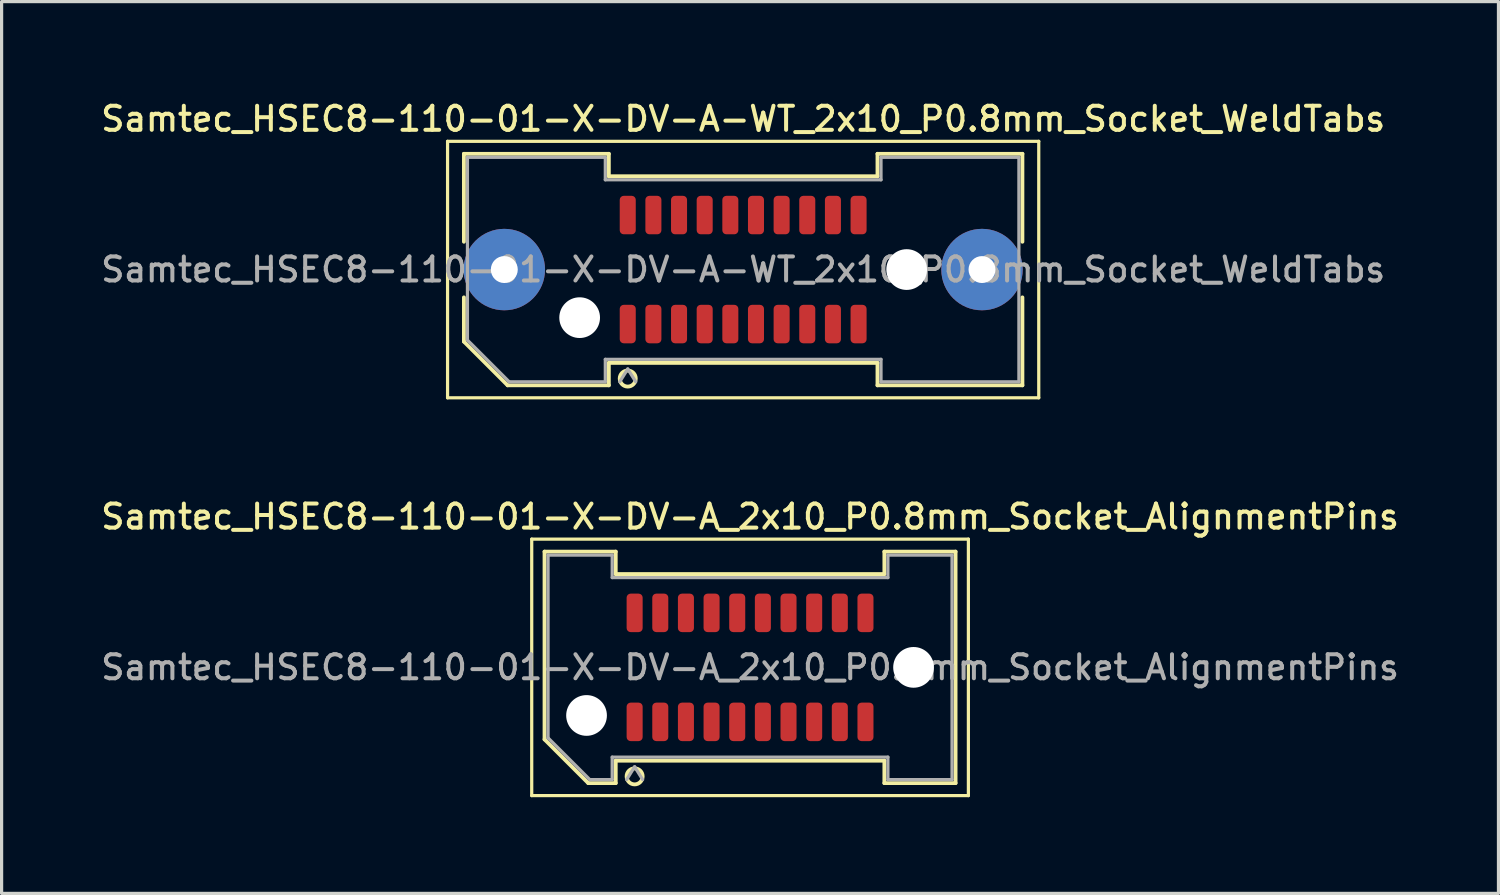
<source format=kicad_pcb>
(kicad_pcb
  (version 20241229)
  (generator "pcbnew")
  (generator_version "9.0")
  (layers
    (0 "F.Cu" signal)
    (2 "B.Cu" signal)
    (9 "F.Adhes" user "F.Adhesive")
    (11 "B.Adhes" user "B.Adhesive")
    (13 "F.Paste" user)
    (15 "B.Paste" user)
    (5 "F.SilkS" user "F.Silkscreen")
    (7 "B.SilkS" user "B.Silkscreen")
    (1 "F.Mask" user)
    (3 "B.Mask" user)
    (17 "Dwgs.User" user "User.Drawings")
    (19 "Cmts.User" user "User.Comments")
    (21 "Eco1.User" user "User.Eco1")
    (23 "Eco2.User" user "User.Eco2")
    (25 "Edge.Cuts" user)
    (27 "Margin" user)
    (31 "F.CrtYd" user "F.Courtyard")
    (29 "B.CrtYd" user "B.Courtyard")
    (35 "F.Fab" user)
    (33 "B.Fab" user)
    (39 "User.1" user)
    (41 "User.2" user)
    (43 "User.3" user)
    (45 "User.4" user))
  (footprint "Samtec_HSEC8-110-01-X-DV-A_2x10_P0.8mm_Socket_AlignmentPins"
    (layer "F.Cu")
    (at 20.345 17.766)
    (property "Reference" "Samtec_HSEC8-110-01-X-DV-A_2x10_P0.8mm_Socket_AlignmentPins" (at 0 -4.7 0) (layer "F.SilkS") (effects (font (size 0.75 0.75) (thickness 0.125))))
    (attr smd)
    (fp_line (start -6.81 -4) (end -6.81 4) (stroke (width 0.1) (type solid)) (layer "F.SilkS"))
    (fp_line (start -6.81 4) (end 6.81 4) (stroke (width 0.1) (type solid)) (layer "F.SilkS"))
    (fp_line (start -6.41 -3.61) (end -4.19 -3.61) (stroke (width 0.12) (type solid)) (layer "F.SilkS"))
    (fp_line (start -6.41 2.246) (end -6.41 -3.61) (stroke (width 0.12) (type solid)) (layer "F.SilkS"))
    (fp_line (start -5.046 3.61) (end -6.41 2.246) (stroke (width 0.12) (type solid)) (layer "F.SilkS"))
    (fp_line (start -4.19 -3.61) (end -4.19 -2.91) (stroke (width 0.12) (type solid)) (layer "F.SilkS"))
    (fp_line (start -4.19 -2.91) (end 4.19 -2.91) (stroke (width 0.12) (type solid)) (layer "F.SilkS"))
    (fp_line (start -4.19 2.91) (end -4.19 3.61) (stroke (width 0.12) (type solid)) (layer "F.SilkS"))
    (fp_line (start -4.19 3.61) (end -5.046 3.61) (stroke (width 0.12) (type solid)) (layer "F.SilkS"))
    (fp_line (start 4.19 -3.61) (end 6.41 -3.61) (stroke (width 0.12) (type solid)) (layer "F.SilkS"))
    (fp_line (start 4.19 -2.91) (end 4.19 -3.61) (stroke (width 0.12) (type solid)) (layer "F.SilkS"))
    (fp_line (start 4.19 2.91) (end -4.19 2.91) (stroke (width 0.12) (type solid)) (layer "F.SilkS"))
    (fp_line (start 4.19 3.61) (end 4.19 2.91) (stroke (width 0.12) (type solid)) (layer "F.SilkS"))
    (fp_line (start 6.41 -3.61) (end 6.41 3.61) (stroke (width 0.12) (type solid)) (layer "F.SilkS"))
    (fp_line (start 6.41 3.61) (end 4.19 3.61) (stroke (width 0.12) (type solid)) (layer "F.SilkS"))
    (fp_line (start 6.81 -4) (end -6.81 -4) (stroke (width 0.1) (type solid)) (layer "F.SilkS"))
    (fp_line (start 6.81 4) (end 6.81 -4) (stroke (width 0.1) (type solid)) (layer "F.SilkS"))
    (fp_arc (start -3.35 3.4) (mid -3.85 3.4) (end -3.35 3.4) (stroke (width 0.12) (type solid)) (layer "F.SilkS"))
    (fp_line (start -6.3 -3.5) (end -4.3 -3.5) (stroke (width 0.1) (type solid)) (layer "F.Fab"))
    (fp_line (start -6.3 2.2) (end -6.3 -3.5) (stroke (width 0.1) (type solid)) (layer "F.Fab"))
    (fp_line (start -5 3.5) (end -6.3 2.2) (stroke (width 0.1) (type solid)) (layer "F.Fab"))
    (fp_line (start -4.3 -3.5) (end -4.3 -2.8) (stroke (width 0.1) (type solid)) (layer "F.Fab"))
    (fp_line (start -4.3 -2.8) (end 4.3 -2.8) (stroke (width 0.1) (type solid)) (layer "F.Fab"))
    (fp_line (start -4.3 2.8) (end -4.3 3.5) (stroke (width 0.1) (type solid)) (layer "F.Fab"))
    (fp_line (start -4.3 3.5) (end -5 3.5) (stroke (width 0.1) (type solid)) (layer "F.Fab"))
    (fp_line (start -3.6 3.1) (end -3.85 3.5) (stroke (width 0.1) (type solid)) (layer "F.Fab"))
    (fp_line (start -3.6 3.1) (end -3.35 3.5) (stroke (width 0.1) (type solid)) (layer "F.Fab"))
    (fp_line (start 4.3 -3.5) (end 6.3 -3.5) (stroke (width 0.1) (type solid)) (layer "F.Fab"))
    (fp_line (start 4.3 -2.8) (end 4.3 -3.5) (stroke (width 0.1) (type solid)) (layer "F.Fab"))
    (fp_line (start 4.3 2.8) (end -4.3 2.8) (stroke (width 0.1) (type solid)) (layer "F.Fab"))
    (fp_line (start 4.3 3.5) (end 4.3 2.8) (stroke (width 0.1) (type solid)) (layer "F.Fab"))
    (fp_line (start 6.3 -3.5) (end 6.3 3.5) (stroke (width 0.1) (type solid)) (layer "F.Fab"))
    (fp_line (start 6.3 3.5) (end 4.3 3.5) (stroke (width 0.1) (type solid)) (layer "F.Fab"))
    (fp_text user "${REFERENCE}" (at 0 0 0) (layer "F.Fab") (effects (font (size 0.75 0.75) (thickness 0.125))))
    (pad "" np_thru_hole circle (at -5.1 1.5) (size 1.27 1.27) (drill 1.27) (layers "*.Cu" "*.Mask"))
    (pad "" np_thru_hole circle (at 5.1 0) (size 1.27 1.27) (drill 1.27) (layers "*.Cu" "*.Mask"))
    (pad "1" smd roundrect (at -3.6 1.7) (size 0.5 1.2) (layers "F.Cu" "F.Mask" "F.Paste") (roundrect_rratio 0.25))
    (pad "2" smd roundrect (at -3.6 -1.7) (size 0.5 1.2) (layers "F.Cu" "F.Mask" "F.Paste") (roundrect_rratio 0.25))
    (pad "3" smd roundrect (at -2.8 1.7) (size 0.5 1.2) (layers "F.Cu" "F.Mask" "F.Paste") (roundrect_rratio 0.25))
    (pad "4" smd roundrect (at -2.8 -1.7) (size 0.5 1.2) (layers "F.Cu" "F.Mask" "F.Paste") (roundrect_rratio 0.25))
    (pad "5" smd roundrect (at -2 1.7) (size 0.5 1.2) (layers "F.Cu" "F.Mask" "F.Paste") (roundrect_rratio 0.25))
    (pad "6" smd roundrect (at -2 -1.7) (size 0.5 1.2) (layers "F.Cu" "F.Mask" "F.Paste") (roundrect_rratio 0.25))
    (pad "7" smd roundrect (at -1.2 1.7) (size 0.5 1.2) (layers "F.Cu" "F.Mask" "F.Paste") (roundrect_rratio 0.25))
    (pad "8" smd roundrect (at -1.2 -1.7) (size 0.5 1.2) (layers "F.Cu" "F.Mask" "F.Paste") (roundrect_rratio 0.25))
    (pad "9" smd roundrect (at -0.4 1.7) (size 0.5 1.2) (layers "F.Cu" "F.Mask" "F.Paste") (roundrect_rratio 0.25))
    (pad "10" smd roundrect (at -0.4 -1.7) (size 0.5 1.2) (layers "F.Cu" "F.Mask" "F.Paste") (roundrect_rratio 0.25))
    (pad "11" smd roundrect (at 0.4 1.7) (size 0.5 1.2) (layers "F.Cu" "F.Mask" "F.Paste") (roundrect_rratio 0.25))
    (pad "12" smd roundrect (at 0.4 -1.7) (size 0.5 1.2) (layers "F.Cu" "F.Mask" "F.Paste") (roundrect_rratio 0.25))
    (pad "13" smd roundrect (at 1.2 1.7) (size 0.5 1.2) (layers "F.Cu" "F.Mask" "F.Paste") (roundrect_rratio 0.25))
    (pad "14" smd roundrect (at 1.2 -1.7) (size 0.5 1.2) (layers "F.Cu" "F.Mask" "F.Paste") (roundrect_rratio 0.25))
    (pad "15" smd roundrect (at 2 1.7) (size 0.5 1.2) (layers "F.Cu" "F.Mask" "F.Paste") (roundrect_rratio 0.25))
    (pad "16" smd roundrect (at 2 -1.7) (size 0.5 1.2) (layers "F.Cu" "F.Mask" "F.Paste") (roundrect_rratio 0.25))
    (pad "17" smd roundrect (at 2.8 1.7) (size 0.5 1.2) (layers "F.Cu" "F.Mask" "F.Paste") (roundrect_rratio 0.25))
    (pad "18" smd roundrect (at 2.8 -1.7) (size 0.5 1.2) (layers "F.Cu" "F.Mask" "F.Paste") (roundrect_rratio 0.25))
    (pad "19" smd roundrect (at 3.6 1.7) (size 0.5 1.2) (layers "F.Cu" "F.Mask" "F.Paste") (roundrect_rratio 0.25))
    (pad "20" smd roundrect (at 3.6 -1.7) (size 0.5 1.2) (layers "F.Cu" "F.Mask" "F.Paste") (roundrect_rratio 0.25)))
  (footprint "Samtec_HSEC8-110-01-X-DV-A-WT_2x10_P0.8mm_Socket_WeldTabs"
    (layer "F.Cu")
    (at 20.13 5.358)
    (property "Reference" "Samtec_HSEC8-110-01-X-DV-A-WT_2x10_P0.8mm_Socket_WeldTabs" (at 0 -4.7 0) (layer "F.SilkS") (effects (font (size 0.75 0.75) (thickness 0.125))))
    (attr smd)
    (fp_line (start -9.22 -4) (end -9.22 4) (stroke (width 0.1) (type solid)) (layer "F.SilkS"))
    (fp_line (start -9.22 4) (end 9.22 4) (stroke (width 0.1) (type solid)) (layer "F.SilkS"))
    (fp_line (start -8.71 -3.61) (end -4.19 -3.61) (stroke (width 0.12) (type solid)) (layer "F.SilkS"))
    (fp_line (start -8.71 -0.868) (end -8.71 -3.61) (stroke (width 0.12) (type solid)) (layer "F.SilkS"))
    (fp_line (start -8.71 2.246) (end -8.71 0.868) (stroke (width 0.12) (type solid)) (layer "F.SilkS"))
    (fp_line (start -7.346 3.61) (end -8.71 2.246) (stroke (width 0.12) (type solid)) (layer "F.SilkS"))
    (fp_line (start -4.19 -3.61) (end -4.19 -2.91) (stroke (width 0.12) (type solid)) (layer "F.SilkS"))
    (fp_line (start -4.19 -2.91) (end 4.19 -2.91) (stroke (width 0.12) (type solid)) (layer "F.SilkS"))
    (fp_line (start -4.19 2.91) (end -4.19 3.61) (stroke (width 0.12) (type solid)) (layer "F.SilkS"))
    (fp_line (start -4.19 3.61) (end -7.346 3.61) (stroke (width 0.12) (type solid)) (layer "F.SilkS"))
    (fp_line (start 4.19 -3.61) (end 8.71 -3.61) (stroke (width 0.12) (type solid)) (layer "F.SilkS"))
    (fp_line (start 4.19 -2.91) (end 4.19 -3.61) (stroke (width 0.12) (type solid)) (layer "F.SilkS"))
    (fp_line (start 4.19 2.91) (end -4.19 2.91) (stroke (width 0.12) (type solid)) (layer "F.SilkS"))
    (fp_line (start 4.19 3.61) (end 4.19 2.91) (stroke (width 0.12) (type solid)) (layer "F.SilkS"))
    (fp_line (start 8.71 -3.61) (end 8.71 -0.868) (stroke (width 0.12) (type solid)) (layer "F.SilkS"))
    (fp_line (start 8.71 0.868) (end 8.71 3.61) (stroke (width 0.12) (type solid)) (layer "F.SilkS"))
    (fp_line (start 8.71 3.61) (end 4.19 3.61) (stroke (width 0.12) (type solid)) (layer "F.SilkS"))
    (fp_line (start 9.22 -4) (end -9.22 -4) (stroke (width 0.1) (type solid)) (layer "F.SilkS"))
    (fp_line (start 9.22 4) (end 9.22 -4) (stroke (width 0.1) (type solid)) (layer "F.SilkS"))
    (fp_arc (start -3.35 3.4) (mid -3.85 3.4) (end -3.35 3.4) (stroke (width 0.12) (type solid)) (layer "F.SilkS"))
    (fp_line (start -8.6 -3.5) (end -4.3 -3.5) (stroke (width 0.1) (type solid)) (layer "F.Fab"))
    (fp_line (start -8.6 2.2) (end -8.6 -3.5) (stroke (width 0.1) (type solid)) (layer "F.Fab"))
    (fp_line (start -7.3 3.5) (end -8.6 2.2) (stroke (width 0.1) (type solid)) (layer "F.Fab"))
    (fp_line (start -4.3 -3.5) (end -4.3 -2.8) (stroke (width 0.1) (type solid)) (layer "F.Fab"))
    (fp_line (start -4.3 -2.8) (end 4.3 -2.8) (stroke (width 0.1) (type solid)) (layer "F.Fab"))
    (fp_line (start -4.3 2.8) (end -4.3 3.5) (stroke (width 0.1) (type solid)) (layer "F.Fab"))
    (fp_line (start -4.3 3.5) (end -7.3 3.5) (stroke (width 0.1) (type solid)) (layer "F.Fab"))
    (fp_line (start -3.6 3.1) (end -3.85 3.5) (stroke (width 0.1) (type solid)) (layer "F.Fab"))
    (fp_line (start -3.6 3.1) (end -3.35 3.5) (stroke (width 0.1) (type solid)) (layer "F.Fab"))
    (fp_line (start 4.3 -3.5) (end 8.6 -3.5) (stroke (width 0.1) (type solid)) (layer "F.Fab"))
    (fp_line (start 4.3 -2.8) (end 4.3 -3.5) (stroke (width 0.1) (type solid)) (layer "F.Fab"))
    (fp_line (start 4.3 2.8) (end -4.3 2.8) (stroke (width 0.1) (type solid)) (layer "F.Fab"))
    (fp_line (start 4.3 3.5) (end 4.3 2.8) (stroke (width 0.1) (type solid)) (layer "F.Fab"))
    (fp_line (start 8.6 -3.5) (end 8.6 3.5) (stroke (width 0.1) (type solid)) (layer "F.Fab"))
    (fp_line (start 8.6 3.5) (end 4.3 3.5) (stroke (width 0.1) (type solid)) (layer "F.Fab"))
    (fp_text user "${REFERENCE}" (at 0 0 0) (layer "F.Fab") (effects (font (size 0.75 0.75) (thickness 0.125))))
    (pad "" thru_hole circle (at -7.45 0) (size 2.54 2.54) (drill 0.84) (layers "*.Cu" "*.Mask" "F.Paste"))
    (pad "" np_thru_hole circle (at -5.1 1.5) (size 1.27 1.27) (drill 1.27) (layers "*.Cu" "*.Mask"))
    (pad "" np_thru_hole circle (at 5.1 0) (size 1.27 1.27) (drill 1.27) (layers "*.Cu" "*.Mask"))
    (pad "" thru_hole circle (at 7.45 0) (size 2.54 2.54) (drill 0.84) (layers "*.Cu" "*.Mask" "F.Paste"))
    (pad "1" smd roundrect (at -3.6 1.7) (size 0.5 1.2) (layers "F.Cu" "F.Mask" "F.Paste") (roundrect_rratio 0.25))
    (pad "2" smd roundrect (at -3.6 -1.7) (size 0.5 1.2) (layers "F.Cu" "F.Mask" "F.Paste") (roundrect_rratio 0.25))
    (pad "3" smd roundrect (at -2.8 1.7) (size 0.5 1.2) (layers "F.Cu" "F.Mask" "F.Paste") (roundrect_rratio 0.25))
    (pad "4" smd roundrect (at -2.8 -1.7) (size 0.5 1.2) (layers "F.Cu" "F.Mask" "F.Paste") (roundrect_rratio 0.25))
    (pad "5" smd roundrect (at -2 1.7) (size 0.5 1.2) (layers "F.Cu" "F.Mask" "F.Paste") (roundrect_rratio 0.25))
    (pad "6" smd roundrect (at -2 -1.7) (size 0.5 1.2) (layers "F.Cu" "F.Mask" "F.Paste") (roundrect_rratio 0.25))
    (pad "7" smd roundrect (at -1.2 1.7) (size 0.5 1.2) (layers "F.Cu" "F.Mask" "F.Paste") (roundrect_rratio 0.25))
    (pad "8" smd roundrect (at -1.2 -1.7) (size 0.5 1.2) (layers "F.Cu" "F.Mask" "F.Paste") (roundrect_rratio 0.25))
    (pad "9" smd roundrect (at -0.4 1.7) (size 0.5 1.2) (layers "F.Cu" "F.Mask" "F.Paste") (roundrect_rratio 0.25))
    (pad "10" smd roundrect (at -0.4 -1.7) (size 0.5 1.2) (layers "F.Cu" "F.Mask" "F.Paste") (roundrect_rratio 0.25))
    (pad "11" smd roundrect (at 0.4 1.7) (size 0.5 1.2) (layers "F.Cu" "F.Mask" "F.Paste") (roundrect_rratio 0.25))
    (pad "12" smd roundrect (at 0.4 -1.7) (size 0.5 1.2) (layers "F.Cu" "F.Mask" "F.Paste") (roundrect_rratio 0.25))
    (pad "13" smd roundrect (at 1.2 1.7) (size 0.5 1.2) (layers "F.Cu" "F.Mask" "F.Paste") (roundrect_rratio 0.25))
    (pad "14" smd roundrect (at 1.2 -1.7) (size 0.5 1.2) (layers "F.Cu" "F.Mask" "F.Paste") (roundrect_rratio 0.25))
    (pad "15" smd roundrect (at 2 1.7) (size 0.5 1.2) (layers "F.Cu" "F.Mask" "F.Paste") (roundrect_rratio 0.25))
    (pad "16" smd roundrect (at 2 -1.7) (size 0.5 1.2) (layers "F.Cu" "F.Mask" "F.Paste") (roundrect_rratio 0.25))
    (pad "17" smd roundrect (at 2.8 1.7) (size 0.5 1.2) (layers "F.Cu" "F.Mask" "F.Paste") (roundrect_rratio 0.25))
    (pad "18" smd roundrect (at 2.8 -1.7) (size 0.5 1.2) (layers "F.Cu" "F.Mask" "F.Paste") (roundrect_rratio 0.25))
    (pad "19" smd roundrect (at 3.6 1.7) (size 0.5 1.2) (layers "F.Cu" "F.Mask" "F.Paste") (roundrect_rratio 0.25))
    (pad "20" smd roundrect (at 3.6 -1.7) (size 0.5 1.2) (layers "F.Cu" "F.Mask" "F.Paste") (roundrect_rratio 0.25)))
  (gr_rect
    (start -3 -3)
    (end 43.689 24.816)
    (stroke (width 0.1) (type default))
    (fill no)
    (layer "Edge.Cuts")))
</source>
